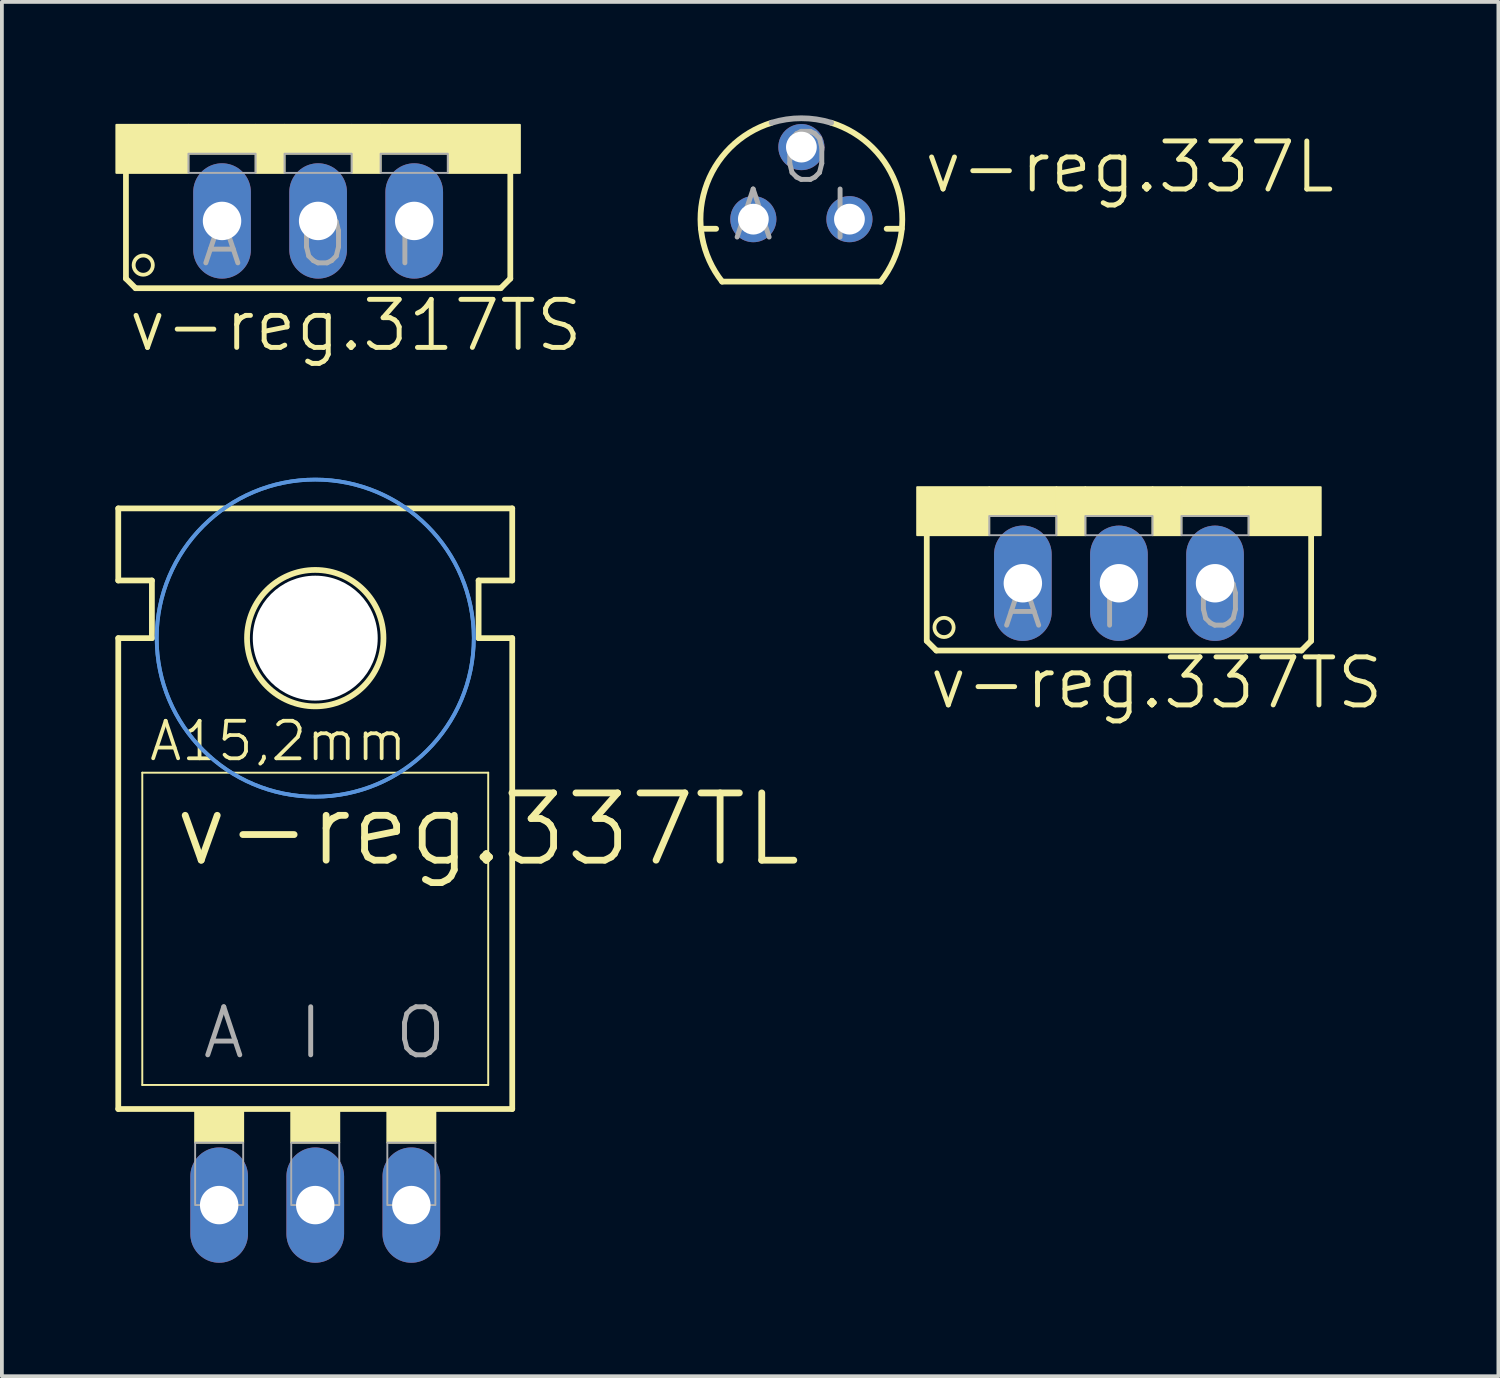
<source format=kicad_pcb>
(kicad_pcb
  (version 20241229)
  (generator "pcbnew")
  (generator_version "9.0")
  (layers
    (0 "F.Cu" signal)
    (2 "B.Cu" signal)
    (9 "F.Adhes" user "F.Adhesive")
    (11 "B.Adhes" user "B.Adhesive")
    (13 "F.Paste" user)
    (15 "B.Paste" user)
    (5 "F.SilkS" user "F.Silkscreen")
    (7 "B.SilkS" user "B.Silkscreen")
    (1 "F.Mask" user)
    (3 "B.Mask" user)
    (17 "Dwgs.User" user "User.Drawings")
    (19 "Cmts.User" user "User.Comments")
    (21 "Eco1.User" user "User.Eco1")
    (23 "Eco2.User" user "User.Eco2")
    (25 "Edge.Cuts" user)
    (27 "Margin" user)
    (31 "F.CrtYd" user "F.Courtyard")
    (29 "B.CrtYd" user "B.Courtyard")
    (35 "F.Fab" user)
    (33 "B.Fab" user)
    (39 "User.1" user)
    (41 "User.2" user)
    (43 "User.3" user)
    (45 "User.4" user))
  (footprint "v-reg.337L"
    (layer "F.Cu")
    (at 18.133 2.743)
    (property "Reference" "v-reg.337L" (at 3.175 -0.635 0) (layer "F.SilkS") (effects (font (size 1.27 1.27) (thickness 0.13)) (justify left bottom)))
    (attr through_hole)
    (fp_line (start -2.655 0.254) (end -2.254 0.254) (stroke (width 0.152) (type default)) (layer "F.SilkS"))
    (fp_line (start -2.095 1.651) (end 2.095 1.651) (stroke (width 0.152) (type default)) (layer "F.SilkS"))
    (fp_line (start 2.254 0.254) (end 2.655 0.254) (stroke (width 0.152) (type default)) (layer "F.SilkS"))
    (fp_arc (start -2.0946 1.651) (mid -2.54634 -0.793276) (end -0.7863 -2.5485) (stroke (width 0.1524) (type default)) (layer "F.SilkS"))
    (fp_arc (start 0.7868 -2.5484) (mid 2.54677 -0.793201) (end 2.095 1.651) (stroke (width 0.1524) (type default)) (layer "F.SilkS"))
    (fp_arc (start -0.7863 -2.5485) (mid 0 -2.667043) (end 0.7863 -2.5485) (stroke (width 0.1524) (type default)) (layer "F.Fab"))
    (fp_text user "I" (at 0.635 0.635 0) (layer "F.Fab") (effects (font (size 1.27 1.27) (thickness 0.13)) (justify left bottom)))
    (fp_text user "O" (at -0.635 -0.889 0) (layer "F.Fab") (effects (font (size 1.27 1.27) (thickness 0.13)) (justify left bottom)))
    (fp_text user "A" (at -1.905 0.635 0) (layer "F.Fab") (effects (font (size 1.27 1.27) (thickness 0.13)) (justify left bottom)))
    (pad "ADJ" thru_hole circle (at -1.27 0) (size 1.219 1.219) (drill 0.813) (layers "*.Cu" "*.Mask"))
    (pad "IN" thru_hole circle (at 1.27 0) (size 1.219 1.219) (drill 0.813) (layers "*.Cu" "*.Mask"))
    (pad "OUT" thru_hole circle (at 0 -1.905) (size 1.219 1.219) (drill 0.813) (layers "*.Cu" "*.Mask")))
  (footprint "v-reg.337TS"
    (layer "F.Cu")
    (at 26.527 9.827)
    (property "Reference" "v-reg.337TS" (at -5.08 5.918 0) (layer "F.SilkS") (effects (font (size 1.27 1.27) (thickness 0.13)) (justify left bottom)))
    (attr through_hole)
    (fp_line (start -5.08 4.064) (end -5.08 1.143) (stroke (width 0.152) (type default)) (layer "F.SilkS"))
    (fp_line (start -5.08 4.064) (end -4.826 4.318) (stroke (width 0.152) (type default)) (layer "F.SilkS"))
    (fp_line (start 4.826 4.318) (end -4.826 4.318) (stroke (width 0.152) (type default)) (layer "F.SilkS"))
    (fp_line (start 4.826 4.318) (end 5.08 4.064) (stroke (width 0.152) (type default)) (layer "F.SilkS"))
    (fp_line (start 5.08 1.143) (end 5.08 4.064) (stroke (width 0.152) (type default)) (layer "F.SilkS"))
    (fp_rect (start -5.334 1.27) (end -3.429 0) (stroke (width 0.05) (type default)) (fill yes) (layer "F.SilkS"))
    (fp_rect (start -3.429 0.762) (end -1.651 0) (stroke (width 0.05) (type default)) (fill yes) (layer "F.SilkS"))
    (fp_rect (start -1.651 1.27) (end -0.889 0) (stroke (width 0.05) (type default)) (fill yes) (layer "F.SilkS"))
    (fp_rect (start -0.889 0.762) (end 0.889 0) (stroke (width 0.05) (type default)) (fill yes) (layer "F.SilkS"))
    (fp_rect (start 0.889 1.27) (end 1.651 0) (stroke (width 0.05) (type default)) (fill yes) (layer "F.SilkS"))
    (fp_rect (start 1.651 0.762) (end 3.429 0) (stroke (width 0.05) (type default)) (fill yes) (layer "F.SilkS"))
    (fp_rect (start 3.429 1.27) (end 5.334 0) (stroke (width 0.05) (type default)) (fill yes) (layer "F.SilkS"))
    (fp_circle (center -4.623 3.708) (end -4.369 3.708) (stroke (width 0.1) (type default)) (fill no) (layer "F.SilkS"))
    (fp_rect (start -3.429 1.27) (end -1.651 0.762) (stroke (width 0.05) (type default)) (fill no) (layer "F.Fab"))
    (fp_rect (start -0.889 1.27) (end 0.889 0.762) (stroke (width 0.05) (type default)) (fill no) (layer "F.Fab"))
    (fp_rect (start 1.651 1.27) (end 3.429 0.762) (stroke (width 0.05) (type default)) (fill no) (layer "F.Fab"))
    (fp_text user "I" (at -0.635 3.81 0) (layer "F.Fab") (effects (font (size 1.27 1.27) (thickness 0.13)) (justify left bottom)))
    (fp_text user "A" (at -3.175 3.81 0) (layer "F.Fab") (effects (font (size 1.27 1.27) (thickness 0.13)) (justify left bottom)))
    (fp_text user "O" (at 1.905 3.81 0) (layer "F.Fab") (effects (font (size 1.27 1.27) (thickness 0.13)) (justify left bottom)))
    (pad "1" thru_hole oval (at -2.54 2.54 90) (size 3.048 1.524) (drill 1.016) (layers "*.Cu" "*.Mask"))
    (pad "2" thru_hole oval (at 0 2.54 90) (size 3.048 1.524) (drill 1.016) (layers "*.Cu" "*.Mask"))
    (pad "3" thru_hole oval (at 2.54 2.54 90) (size 3.048 1.524) (drill 1.016) (layers "*.Cu" "*.Mask")))
  (footprint "v-reg.317TS"
    (layer "F.Cu")
    (at 5.359 0.25)
    (property "Reference" "v-reg.317TS" (at -5.08 6.045 0) (layer "F.SilkS") (effects (font (size 1.27 1.27) (thickness 0.13)) (justify left bottom)))
    (attr through_hole)
    (fp_line (start -5.08 4.064) (end -5.08 1.143) (stroke (width 0.152) (type default)) (layer "F.SilkS"))
    (fp_line (start -5.08 4.064) (end -4.826 4.318) (stroke (width 0.152) (type default)) (layer "F.SilkS"))
    (fp_line (start 4.826 4.318) (end -4.826 4.318) (stroke (width 0.152) (type default)) (layer "F.SilkS"))
    (fp_line (start 4.826 4.318) (end 5.08 4.064) (stroke (width 0.152) (type default)) (layer "F.SilkS"))
    (fp_line (start 5.08 1.143) (end 5.08 4.064) (stroke (width 0.152) (type default)) (layer "F.SilkS"))
    (fp_rect (start -5.334 1.27) (end -3.429 0) (stroke (width 0.05) (type default)) (fill yes) (layer "F.SilkS"))
    (fp_rect (start -3.429 0.762) (end -1.651 0) (stroke (width 0.05) (type default)) (fill yes) (layer "F.SilkS"))
    (fp_rect (start -1.651 1.27) (end -0.889 0) (stroke (width 0.05) (type default)) (fill yes) (layer "F.SilkS"))
    (fp_rect (start -0.889 0.762) (end 0.889 0) (stroke (width 0.05) (type default)) (fill yes) (layer "F.SilkS"))
    (fp_rect (start 0.889 1.27) (end 1.651 0) (stroke (width 0.05) (type default)) (fill yes) (layer "F.SilkS"))
    (fp_rect (start 1.651 0.762) (end 3.429 0) (stroke (width 0.05) (type default)) (fill yes) (layer "F.SilkS"))
    (fp_rect (start 3.429 1.27) (end 5.334 0) (stroke (width 0.05) (type default)) (fill yes) (layer "F.SilkS"))
    (fp_circle (center -4.623 3.708) (end -4.369 3.708) (stroke (width 0.1) (type default)) (fill no) (layer "F.SilkS"))
    (fp_rect (start -3.429 1.27) (end -1.651 0.762) (stroke (width 0.05) (type default)) (fill no) (layer "F.Fab"))
    (fp_rect (start -0.889 1.27) (end 0.889 0.762) (stroke (width 0.05) (type default)) (fill no) (layer "F.Fab"))
    (fp_rect (start 1.651 1.27) (end 3.429 0.762) (stroke (width 0.05) (type default)) (fill no) (layer "F.Fab"))
    (fp_text user "I" (at 1.905 3.81 0) (layer "F.Fab") (effects (font (size 1.27 1.27) (thickness 0.13)) (justify left bottom)))
    (fp_text user "A" (at -3.175 3.81 0) (layer "F.Fab") (effects (font (size 1.27 1.27) (thickness 0.13)) (justify left bottom)))
    (fp_text user "O" (at -0.635 3.81 0) (layer "F.Fab") (effects (font (size 1.27 1.27) (thickness 0.13)) (justify left bottom)))
    (pad "1" thru_hole oval (at -2.54 2.54 90) (size 3.048 1.524) (drill 1.016) (layers "*.Cu" "*.Mask"))
    (pad "2" thru_hole oval (at 0 2.54 90) (size 3.048 1.524) (drill 1.016) (layers "*.Cu" "*.Mask"))
    (pad "3" thru_hole oval (at 2.54 2.54 90) (size 3.048 1.524) (drill 1.016) (layers "*.Cu" "*.Mask")))
  (footprint "v-reg.337TL"
    (layer "F.Cu")
    (at 5.283 24.994)
    (property "Reference" "v-reg.337TL" (at -3.81 -5.08 0) (layer "F.SilkS") (effects (font (size 1.778 1.778) (thickness 0.18)) (justify left bottom)))
    (attr through_hole)
    (fp_line (start -5.207 -12.7) (end -5.207 -14.605) (stroke (width 0.152) (type default)) (layer "F.SilkS"))
    (fp_line (start -5.207 -11.176) (end -4.318 -11.176) (stroke (width 0.152) (type default)) (layer "F.SilkS"))
    (fp_line (start -5.207 1.27) (end -5.207 -11.176) (stroke (width 0.152) (type default)) (layer "F.SilkS"))
    (fp_line (start -5.207 1.27) (end 5.207 1.27) (stroke (width 0.152) (type default)) (layer "F.SilkS"))
    (fp_line (start -4.572 0.635) (end -4.572 -7.62) (stroke (width 0.051) (type default)) (layer "F.SilkS"))
    (fp_line (start -4.572 0.635) (end 4.572 0.635) (stroke (width 0.051) (type default)) (layer "F.SilkS"))
    (fp_line (start -4.318 -12.7) (end -5.207 -12.7) (stroke (width 0.152) (type default)) (layer "F.SilkS"))
    (fp_line (start -4.318 -11.176) (end -4.318 -12.7) (stroke (width 0.152) (type default)) (layer "F.SilkS"))
    (fp_line (start 4.318 -12.7) (end 5.207 -12.7) (stroke (width 0.152) (type default)) (layer "F.SilkS"))
    (fp_line (start 4.318 -11.176) (end 4.318 -12.7) (stroke (width 0.152) (type default)) (layer "F.SilkS"))
    (fp_line (start 4.572 -7.62) (end -4.572 -7.62) (stroke (width 0.051) (type default)) (layer "F.SilkS"))
    (fp_line (start 4.572 -7.62) (end 4.572 0.635) (stroke (width 0.051) (type default)) (layer "F.SilkS"))
    (fp_line (start 5.207 -14.605) (end -5.207 -14.605) (stroke (width 0.152) (type default)) (layer "F.SilkS"))
    (fp_line (start 5.207 -12.7) (end 5.207 -14.605) (stroke (width 0.152) (type default)) (layer "F.SilkS"))
    (fp_line (start 5.207 -11.176) (end 4.318 -11.176) (stroke (width 0.152) (type default)) (layer "F.SilkS"))
    (fp_line (start 5.207 1.27) (end 5.207 -11.176) (stroke (width 0.152) (type default)) (layer "F.SilkS"))
    (fp_rect (start -3.175 2.159) (end -1.905 1.27) (stroke (width 0.05) (type default)) (fill yes) (layer "F.SilkS"))
    (fp_rect (start -0.635 2.159) (end 0.635 1.27) (stroke (width 0.05) (type default)) (fill yes) (layer "F.SilkS"))
    (fp_rect (start 1.905 2.159) (end 3.175 1.27) (stroke (width 0.05) (type default)) (fill yes) (layer "F.SilkS"))
    (fp_circle (center 0 -11.176) (end 1.803 -11.176) (stroke (width 0.152) (type default)) (fill no) (layer "F.SilkS"))
    (fp_circle (center 0 -11.176) (end 4.191 -11.176) (stroke (width 0.1) (type default)) (fill no) (layer "Cmts.User"))
    (fp_circle (center 0 -11.176) (end 4.191 -11.176) (stroke (width 0.1) (type default)) (fill no) (layer "Cmts.User"))
    (fp_rect (start -3.175 3.81) (end -1.905 2.159) (stroke (width 0.05) (type default)) (fill no) (layer "F.Fab"))
    (fp_rect (start -0.635 3.81) (end 0.635 2.159) (stroke (width 0.05) (type default)) (fill no) (layer "F.Fab"))
    (fp_rect (start 1.905 3.81) (end 3.175 2.159) (stroke (width 0.05) (type default)) (fill no) (layer "F.Fab"))
    (fp_text user "A15,2mm" (at -4.445 -7.874 0) (layer "F.SilkS") (effects (font (size 0.991 0.991) (thickness 0.1)) (justify left bottom)))
    (fp_text user "A" (at -3.048 0 0) (layer "F.Fab") (effects (font (size 1.27 1.27) (thickness 0.13)) (justify left bottom)))
    (fp_text user "I" (at -0.508 0 0) (layer "F.Fab") (effects (font (size 1.27 1.27) (thickness 0.13)) (justify left bottom)))
    (fp_text user "O" (at 2.032 0 0) (layer "F.Fab") (effects (font (size 1.27 1.27) (thickness 0.13)) (justify left bottom)))
    (pad "" np_thru_hole circle (at 0 -11.176) (size 3.302 3.302) (drill 3.302) (layers "*.Cu" "*.Mask"))
    (pad "1" thru_hole oval (at -2.54 3.81 90) (size 3.048 1.524) (drill 1.016) (layers "*.Cu" "*.Mask"))
    (pad "2" thru_hole oval (at 0 3.81 90) (size 3.048 1.524) (drill 1.016) (layers "*.Cu" "*.Mask"))
    (pad "3" thru_hole oval (at 2.54 3.81 90) (size 3.048 1.524) (drill 1.016) (layers "*.Cu" "*.Mask")))
  (gr_rect
    (start -3 -3)
    (end 36.557 33.328)
    (stroke (width 0.1) (type default))
    (fill no)
    (layer "Edge.Cuts")))
</source>
